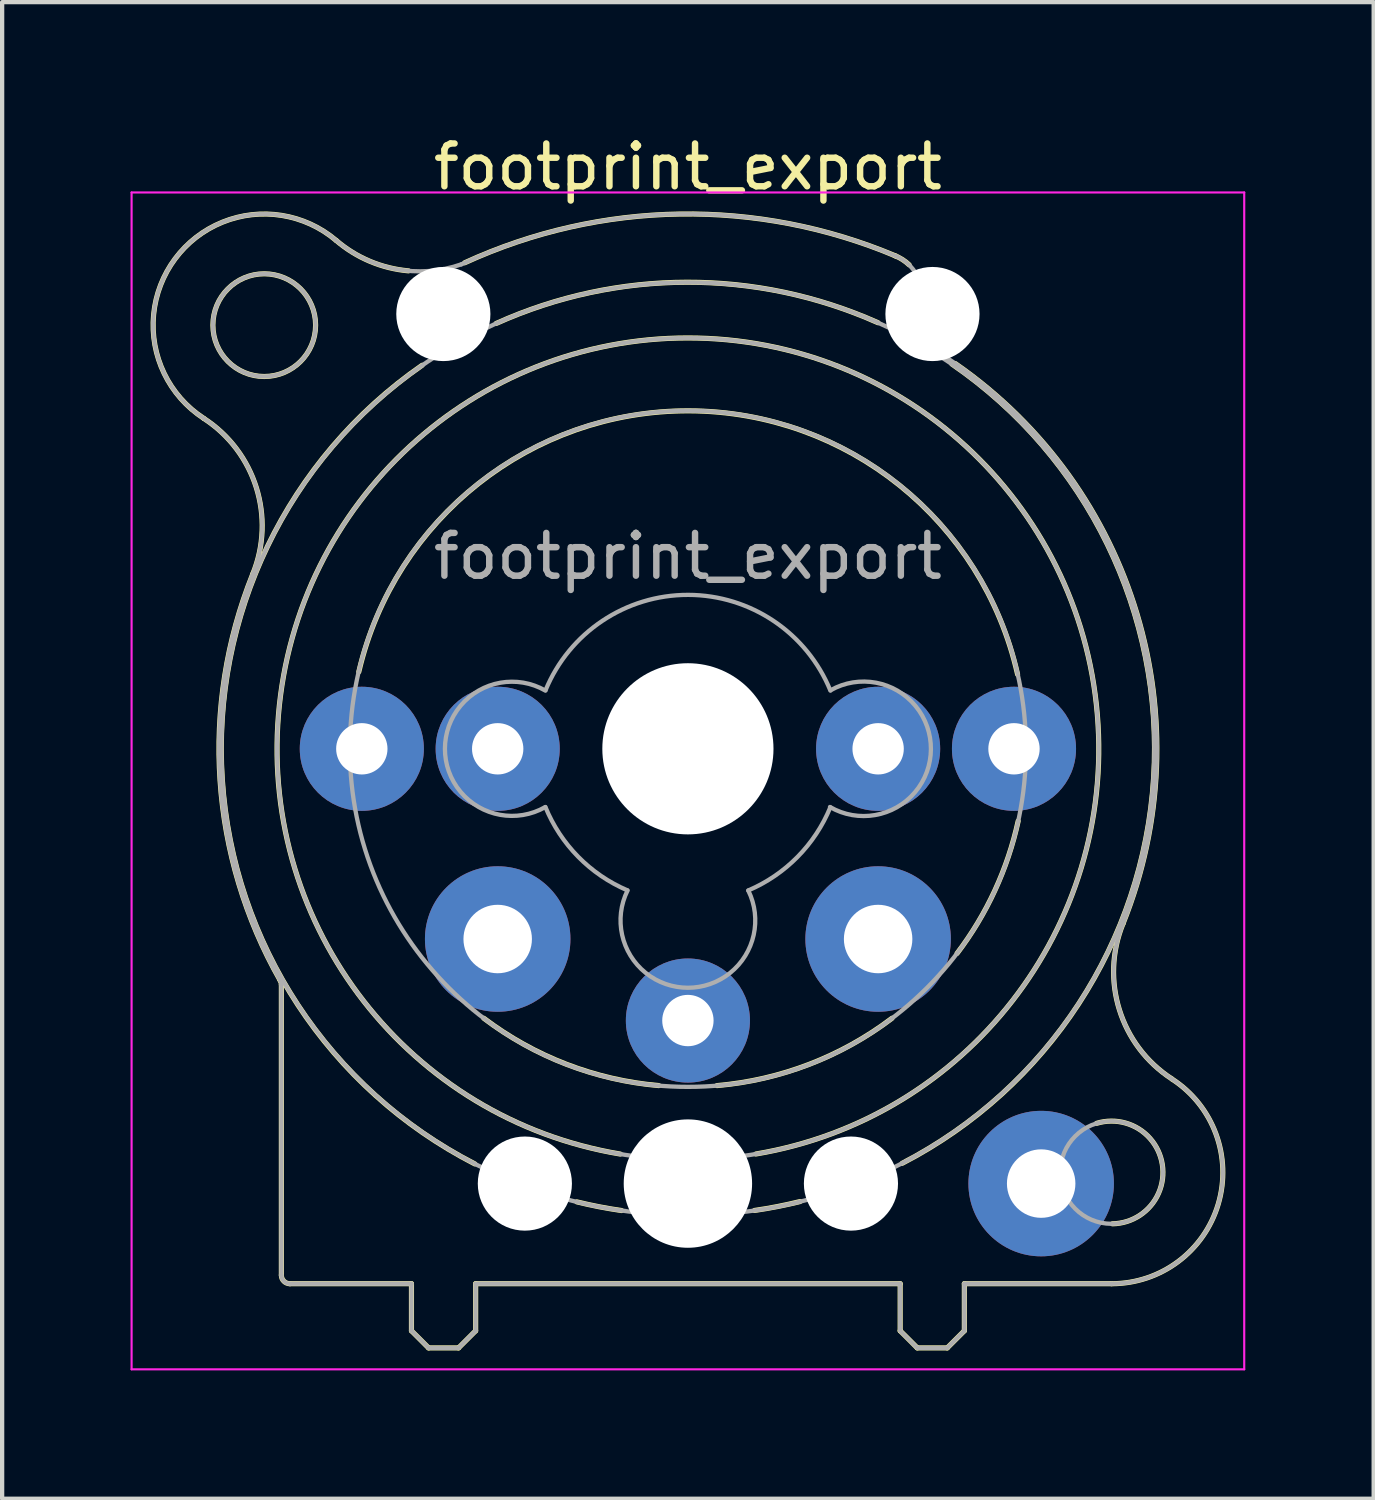
<source format=kicad_pcb>
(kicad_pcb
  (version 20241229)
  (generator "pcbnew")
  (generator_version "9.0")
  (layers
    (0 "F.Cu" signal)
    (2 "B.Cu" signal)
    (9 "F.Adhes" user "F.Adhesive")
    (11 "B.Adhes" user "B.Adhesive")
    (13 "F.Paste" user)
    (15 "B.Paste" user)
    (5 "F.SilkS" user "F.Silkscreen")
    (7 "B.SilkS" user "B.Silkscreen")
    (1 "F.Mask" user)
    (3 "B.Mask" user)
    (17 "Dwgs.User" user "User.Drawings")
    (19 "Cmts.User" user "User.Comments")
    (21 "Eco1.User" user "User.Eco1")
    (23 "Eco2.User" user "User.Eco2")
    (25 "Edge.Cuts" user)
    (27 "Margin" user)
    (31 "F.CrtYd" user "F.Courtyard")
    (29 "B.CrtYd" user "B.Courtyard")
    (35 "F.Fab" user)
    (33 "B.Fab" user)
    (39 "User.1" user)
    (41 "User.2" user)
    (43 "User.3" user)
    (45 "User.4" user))
  (footprint "footprint_export"
    (layer "F.Cu")
    (at 20.645 14.448)
    (property "Reference" "footprint_export" (at -7.62 -13.6 0) (layer "F.SilkS") (effects (font (size 1 1) (thickness 0.15))))
    (attr through_hole)
    (fp_line (start -17.12 5.51) (end -17.12 12.3) (stroke (width 0.12) (type solid)) (layer "F.SilkS"))
    (fp_line (start -14.08 12.5) (end -16.92 12.5) (stroke (width 0.12) (type solid)) (layer "F.SilkS"))
    (fp_line (start -14.08 12.5) (end -14.08 13.6) (stroke (width 0.12) (type solid)) (layer "F.SilkS"))
    (fp_line (start -13.68 14) (end -14.08 13.6) (stroke (width 0.12) (type solid)) (layer "F.SilkS"))
    (fp_line (start -12.98 14) (end -13.68 14) (stroke (width 0.12) (type solid)) (layer "F.SilkS"))
    (fp_line (start -12.98 14) (end -12.58 13.6) (stroke (width 0.12) (type solid)) (layer "F.SilkS"))
    (fp_line (start -12.58 12.5) (end -12.58 13.6) (stroke (width 0.12) (type solid)) (layer "F.SilkS"))
    (fp_line (start -12.58 12.5) (end -2.66 12.5) (stroke (width 0.12) (type solid)) (layer "F.SilkS"))
    (fp_line (start -2.66 12.5) (end -2.66 13.6) (stroke (width 0.12) (type solid)) (layer "F.SilkS"))
    (fp_line (start -2.26 14) (end -2.66 13.6) (stroke (width 0.12) (type solid)) (layer "F.SilkS"))
    (fp_line (start -1.56 14) (end -2.26 14) (stroke (width 0.12) (type solid)) (layer "F.SilkS"))
    (fp_line (start -1.56 14) (end -1.16 13.6) (stroke (width 0.12) (type solid)) (layer "F.SilkS"))
    (fp_line (start -1.16 12.5) (end -1.16 13.6) (stroke (width 0.12) (type solid)) (layer "F.SilkS"))
    (fp_line (start 2.28 12.5) (end -1.16 12.5) (stroke (width 0.12) (type solid)) (layer "F.SilkS"))
    (fp_arc (start -18.934795 -7.72258) (mid -19.602935 -11.450543) (end -15.84 -11.88) (stroke (width 0.12) (type solid)) (layer "F.SilkS"))
    (fp_arc (start -18.930969 -7.719195) (mid -17.705389 -6.104985) (end -17.79 -4.08) (stroke (width 0.12) (type solid)) (layer "F.SilkS"))
    (fp_arc (start -17.154956 5.397698) (mid -17.130185 5.451579) (end -17.12 5.51) (stroke (width 0.12) (type solid)) (layer "F.SilkS"))
    (fp_arc (start -17.144015 5.419265) (mid -18.552638 0.743459) (end -17.79 -4.08) (stroke (width 0.12) (type solid)) (layer "F.SilkS"))
    (fp_arc (start -16.92 12.5) (mid -17.061421 12.441421) (end -17.12 12.3) (stroke (width 0.12) (type solid)) (layer "F.SilkS"))
    (fp_arc (start -15.31 -1.8) (mid -7.589115 -7.897794) (end 0.083843 -1.739802) (stroke (width 0.12) (type solid)) (layer "F.SilkS"))
    (fp_arc (start -14.148924 -11.168665) (mid -15.050317 -11.391547) (end -15.84 -11.88) (stroke (width 0.12) (type solid)) (layer "F.SilkS"))
    (fp_arc (start -12.835768 -11.357498) (mid -7.808953 -12.496451) (end -2.75 -11.51) (stroke (width 0.12) (type solid)) (layer "F.SilkS"))
    (fp_arc (start -12.6 9.7) (mid -18.500043 0.717682) (end -13.830991 -8.961807) (stroke (width 0.12) (type solid)) (layer "F.SilkS"))
    (fp_arc (start -12.1 -9.94) (mid -7.641178 -10.902915) (end -3.178648 -9.957329) (stroke (width 0.12) (type solid)) (layer "F.SilkS"))
    (fp_arc (start -9.2 9.47) (mid -7.62467 -9.6009) (end -6.030789 9.468459) (stroke (width 0.12) (type solid)) (layer "F.SilkS"))
    (fp_arc (start -9.17 10.79) (mid -9.695239 10.701401) (end -10.215522 10.58725) (stroke (width 0.12) (type solid)) (layer "F.SilkS"))
    (fp_arc (start -8.3 7.87) (mid -10.455796 7.372758) (end -12.389148 6.297184) (stroke (width 0.12) (type solid)) (layer "F.SilkS"))
    (fp_arc (start -5 10.58) (mid -5.529293 10.697184) (end -6.063757 10.787906) (stroke (width 0.12) (type solid)) (layer "F.SilkS"))
    (fp_arc (start -2.850852 6.297184) (mid -4.784204 7.372758) (end -6.94 7.87) (stroke (width 0.12) (type solid)) (layer "F.SilkS"))
    (fp_arc (start -2.789231 -11.524852) (mid -2.608846 -11.434431) (end -2.45 -11.31) (stroke (width 0.12) (type solid)) (layer "F.SilkS"))
    (fp_arc (start -1.45 -8.99) (mid 3.262553 0.677525) (end -2.61272 9.685874) (stroke (width 0.12) (type solid)) (layer "F.SilkS"))
    (fp_arc (start -1.372521 -9.002461) (mid 2.876242 -3.147094) (end 2.55 4.08) (stroke (width 0.12) (type solid)) (layer "F.SilkS"))
    (fp_arc (start 0.097858 1.687355) (mid -0.447404 3.31155) (end -1.33 4.78) (stroke (width 0.12) (type solid)) (layer "F.SilkS"))
    (fp_arc (start 1.932014 8.75139) (mid 3.4657 9.714222) (end 2.3 11.1) (stroke (width 0.12) (type solid)) (layer "F.SilkS"))
    (fp_arc (start 3.687208 7.712208) (mid 2.463871 6.101094) (end 2.55 4.08) (stroke (width 0.12) (type solid)) (layer "F.SilkS"))
    (fp_arc (start 3.696061 7.719457) (mid 4.772931 10.63844) (end 2.28 12.5) (stroke (width 0.12) (type solid)) (layer "F.SilkS"))
    (fp_circle (center -17.52 -9.9) (end -16.32 -9.9) (stroke (width 0.12) (type solid)) (fill no) (layer "F.SilkS"))
    (fp_line (start -20.62 -13) (end 5.38 -13) (stroke (width 0.05) (type solid)) (layer "F.CrtYd"))
    (fp_line (start -20.62 14.5) (end -20.62 -13) (stroke (width 0.05) (type solid)) (layer "F.CrtYd"))
    (fp_line (start 5.38 -13) (end 5.38 14.5) (stroke (width 0.05) (type solid)) (layer "F.CrtYd"))
    (fp_line (start 5.38 14.5) (end -20.62 14.5) (stroke (width 0.05) (type solid)) (layer "F.CrtYd"))
    (fp_line (start -17.12 5.51) (end -17.12 12.3) (stroke (width 0.1) (type solid)) (layer "F.Fab"))
    (fp_line (start -14.08 12.5) (end -16.92 12.5) (stroke (width 0.1) (type solid)) (layer "F.Fab"))
    (fp_line (start -14.08 12.5) (end -14.08 13.6) (stroke (width 0.1) (type solid)) (layer "F.Fab"))
    (fp_line (start -13.68 14) (end -14.08 13.6) (stroke (width 0.1) (type solid)) (layer "F.Fab"))
    (fp_line (start -12.98 14) (end -13.68 14) (stroke (width 0.1) (type solid)) (layer "F.Fab"))
    (fp_line (start -12.98 14) (end -12.58 13.6) (stroke (width 0.1) (type solid)) (layer "F.Fab"))
    (fp_line (start -12.58 12.5) (end -12.58 13.6) (stroke (width 0.1) (type solid)) (layer "F.Fab"))
    (fp_line (start -12.58 12.5) (end -2.66 12.5) (stroke (width 0.1) (type solid)) (layer "F.Fab"))
    (fp_line (start -2.66 12.5) (end -2.66 13.6) (stroke (width 0.1) (type solid)) (layer "F.Fab"))
    (fp_line (start -2.37 -9.82) (end -2.21 -10.22) (stroke (width 0.1) (type solid)) (layer "F.Fab"))
    (fp_line (start -2.26 14) (end -2.66 13.6) (stroke (width 0.1) (type solid)) (layer "F.Fab"))
    (fp_line (start -1.56 14) (end -2.26 14) (stroke (width 0.1) (type solid)) (layer "F.Fab"))
    (fp_line (start -1.56 14) (end -1.16 13.6) (stroke (width 0.1) (type solid)) (layer "F.Fab"))
    (fp_line (start -1.16 12.5) (end -1.16 13.6) (stroke (width 0.1) (type solid)) (layer "F.Fab"))
    (fp_line (start 2.28 12.5) (end -1.16 12.5) (stroke (width 0.1) (type solid)) (layer "F.Fab"))
    (fp_arc (start -18.934795 -7.72258) (mid -19.602935 -11.450543) (end -15.84 -11.88) (stroke (width 0.1) (type solid)) (layer "F.Fab"))
    (fp_arc (start -18.930969 -7.719195) (mid -17.705389 -6.104985) (end -17.79 -4.08) (stroke (width 0.1) (type solid)) (layer "F.Fab"))
    (fp_arc (start -17.154956 5.397698) (mid -17.130185 5.451579) (end -17.12 5.51) (stroke (width 0.1) (type solid)) (layer "F.Fab"))
    (fp_arc (start -17.144015 5.419265) (mid -18.552638 0.743459) (end -17.79 -4.08) (stroke (width 0.1) (type solid)) (layer "F.Fab"))
    (fp_arc (start -16.92 12.5) (mid -17.061421 12.441421) (end -17.12 12.3) (stroke (width 0.1) (type solid)) (layer "F.Fab"))
    (fp_arc (start -12.914931 -11.320809) (mid -7.852572 -12.495716) (end -2.75 -11.51) (stroke (width 0.1) (type solid)) (layer "F.Fab"))
    (fp_arc (start -12.913921 -11.321101) (mid -14.451447 -11.210582) (end -15.84 -11.88) (stroke (width 0.1) (type solid)) (layer "F.Fab"))
    (fp_arc (start -10.954064 1.362323) (mid -13.297799 -0.002341) (end -10.95 -1.36) (stroke (width 0.1) (type solid)) (layer "F.Fab"))
    (fp_arc (start -10.945975 -1.369814) (mid -7.614696 -3.597009) (end -4.29 -1.36) (stroke (width 0.1) (type solid)) (layer "F.Fab"))
    (fp_arc (start -9.036119 3.306525) (mid -10.184888 2.521874) (end -10.95 1.36) (stroke (width 0.1) (type solid)) (layer "F.Fab"))
    (fp_arc (start -6.208725 3.312574) (mid -7.621436 5.584198) (end -9.03 3.31) (stroke (width 0.1) (type solid)) (layer "F.Fab"))
    (fp_arc (start -4.291917 1.36677) (mid -5.059455 2.527411) (end -6.21 3.31) (stroke (width 0.1) (type solid)) (layer "F.Fab"))
    (fp_arc (start -4.284946 -1.368604) (mid -1.941293 0.00867) (end -4.3 1.36) (stroke (width 0.1) (type solid)) (layer "F.Fab"))
    (fp_arc (start -2.752398 -11.51057) (mid -2.22343 -10.97362) (end -2.21 -10.22) (stroke (width 0.1) (type solid)) (layer "F.Fab"))
    (fp_arc (start -2.280824 -9.569143) (mid 2.709976 -3.656075) (end 2.55 4.08) (stroke (width 0.1) (type solid)) (layer "F.Fab"))
    (fp_arc (start -2.264515 -9.56035) (mid -2.366315 -9.670245) (end -2.37 -9.82) (stroke (width 0.1) (type solid)) (layer "F.Fab"))
    (fp_arc (start -2.20715 -10.954211) (mid -1.183963 -10.175931) (end -2.37 -9.68) (stroke (width 0.1) (type solid)) (layer "F.Fab"))
    (fp_arc (start 3.687208 7.712208) (mid 2.463871 6.101094) (end 2.55 4.08) (stroke (width 0.1) (type solid)) (layer "F.Fab"))
    (fp_arc (start 3.696061 7.719457) (mid 4.772931 10.63844) (end 2.28 12.5) (stroke (width 0.1) (type solid)) (layer "F.Fab"))
    (fp_circle (center -17.52 -9.9) (end -16.32 -9.9) (stroke (width 0.1) (type solid)) (fill no) (layer "F.Fab"))
    (fp_circle (center -7.62 0) (end 0.28 0) (stroke (width 0.1) (type solid)) (fill no) (layer "F.Fab"))
    (fp_circle (center -7.62 0) (end 1.98 0) (stroke (width 0.1) (type solid)) (fill no) (layer "F.Fab"))
    (fp_circle (center -7.62 0) (end 3.28 0) (stroke (width 0.1) (type solid)) (fill no) (layer "F.Fab"))
    (fp_circle (center 2.28 9.9) (end 3.48 9.9) (stroke (width 0.1) (type solid)) (fill no) (layer "F.Fab"))
    (fp_text user "${REFERENCE}" (at -7.62 -4.5 0) (layer "F.Fab") (effects (font (size 1 1) (thickness 0.15))))
    (pad "" np_thru_hole circle (at -13.335 -10.16) (size 2.2 2.2) (drill 2.2) (layers "*.Cu" "*.Mask"))
    (pad "" np_thru_hole circle (at -11.43 10.16) (size 2.2 2.2) (drill 2.2) (layers "*.Cu" "*.Mask"))
    (pad "" np_thru_hole circle (at -7.62 0) (size 4 4) (drill 4) (layers "*.Cu" "*.Mask"))
    (pad "" np_thru_hole circle (at -7.62 10.16) (size 3 3) (drill 3) (layers "*.Cu" "*.Mask"))
    (pad "" np_thru_hole circle (at -3.81 10.16) (size 2.2 2.2) (drill 2.2) (layers "*.Cu" "*.Mask"))
    (pad "" np_thru_hole circle (at -1.905 -10.16) (size 2.2 2.2) (drill 2.2) (layers "*.Cu" "*.Mask"))
    (pad "1" thru_hole circle (at 0 0) (size 2.9 2.9) (drill 1.2) (layers "*.Cu" "*.Mask"))
    (pad "2" thru_hole circle (at -15.24 0) (size 2.9 2.9) (drill 1.2) (layers "*.Cu" "*.Mask"))
    (pad "3" thru_hole circle (at -7.62 6.35) (size 2.9 2.9) (drill 1.2) (layers "*.Cu" "*.Mask"))
    (pad "G" thru_hole circle (at 0.635 10.16) (size 3.4 3.4) (drill 1.6) (layers "*.Cu" "*.Mask"))
    (pad "R" thru_hole circle (at -12.065 0) (size 2.9 2.9) (drill 1.2) (layers "*.Cu" "*.Mask"))
    (pad "S" thru_hole circle (at -3.175 0) (size 2.9 2.9) (drill 1.2) (layers "*.Cu" "*.Mask"))
    (pad "T" thru_hole circle (at -12.065 4.445) (size 3.4 3.4) (drill 1.6) (layers "*.Cu" "*.Mask"))
    (pad "T" thru_hole circle (at -3.175 4.445) (size 3.4 3.4) (drill 1.6) (layers "*.Cu" "*.Mask")))
  (gr_rect
    (start -3 -3)
    (end 29.05 31.973)
    (stroke (width 0.1) (type default))
    (fill no)
    (layer "Edge.Cuts")))
</source>
